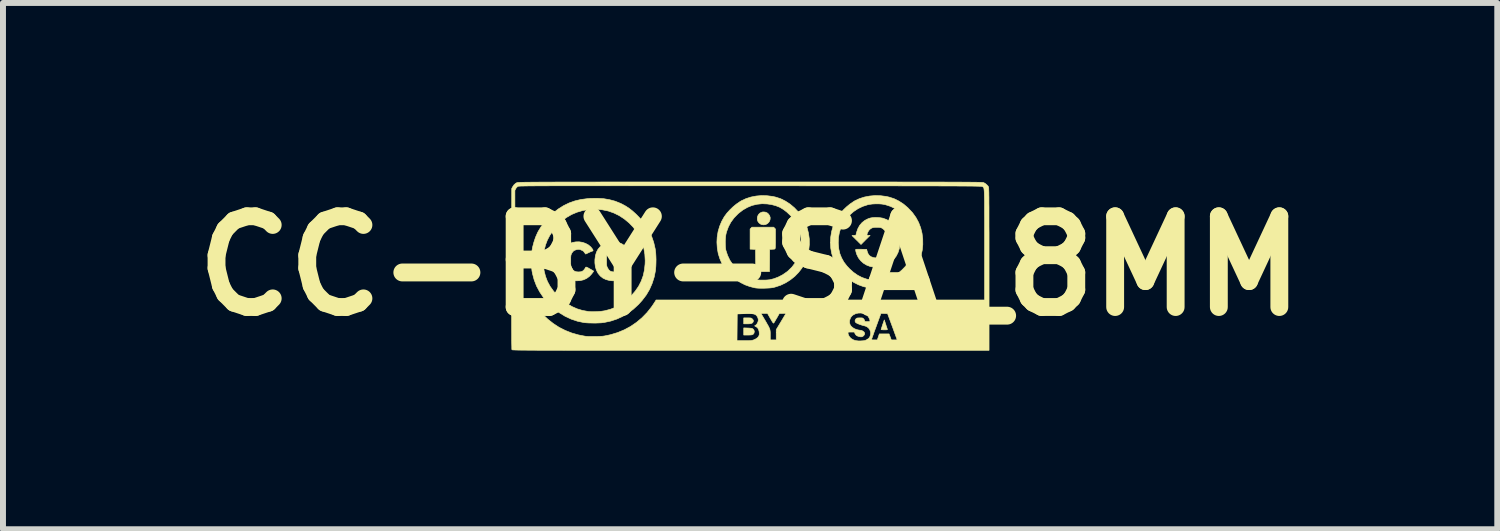
<source format=kicad_pcb>
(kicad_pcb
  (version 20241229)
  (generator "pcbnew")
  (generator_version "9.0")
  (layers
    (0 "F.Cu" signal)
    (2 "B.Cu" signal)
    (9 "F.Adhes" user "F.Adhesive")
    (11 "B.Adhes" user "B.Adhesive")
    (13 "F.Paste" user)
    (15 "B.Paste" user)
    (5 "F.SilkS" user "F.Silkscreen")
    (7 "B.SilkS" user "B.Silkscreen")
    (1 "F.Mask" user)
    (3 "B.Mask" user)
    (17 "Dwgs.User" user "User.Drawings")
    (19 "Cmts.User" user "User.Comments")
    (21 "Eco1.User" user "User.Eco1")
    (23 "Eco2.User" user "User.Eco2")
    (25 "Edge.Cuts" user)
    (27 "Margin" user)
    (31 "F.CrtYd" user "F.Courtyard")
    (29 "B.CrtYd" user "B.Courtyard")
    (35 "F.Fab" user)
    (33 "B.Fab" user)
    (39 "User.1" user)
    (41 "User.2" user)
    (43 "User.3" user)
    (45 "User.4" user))
  (footprint "CC-BY-SA_8MM"
    (layer "F.Cu")
    (at 9.55 1.418)
    (property "Reference" "CC-BY-SA_8MM" (at 0 0 0) (layer "F.SilkS") (effects (font (size 1.524 1.524) (thickness 0.3))))
    (attr exclude_from_pos_files exclude_from_bom)
    (fp_poly (pts (xy -0.038 1.042) (xy -0.006 1.044) (xy 0.016 1.046) (xy 0.032 1.049) (xy 0.043 1.054) (xy 0.048 1.057) (xy 0.065 1.077) (xy 0.071 1.101) (xy 0.066 1.127) (xy 0.058 1.14) (xy 0.048 1.149) (xy 0.032 1.156) (xy 0.008 1.159) (xy -0.025 1.16) (xy -0.041 1.16) (xy -0.107 1.16) (xy -0.107 1.04) (xy -0.038 1.042)) (stroke (width 0.01) (type solid)) (fill yes) (layer "F.SilkS"))
    (fp_poly (pts (xy -0.015 0.872) (xy 0.005 0.873) (xy 0.017 0.875) (xy 0.027 0.88) (xy 0.035 0.887) (xy 0.038 0.89) (xy 0.052 0.907) (xy 0.056 0.922) (xy 0.051 0.94) (xy 0.049 0.943) (xy 0.04 0.956) (xy 0.024 0.964) (xy -0.000324 0.97) (xy -0.035 0.972) (xy -0.051 0.972) (xy -0.107 0.972) (xy -0.107 0.872) (xy -0.043 0.872) (xy -0.015 0.872)) (stroke (width 0.01) (type solid)) (fill yes) (layer "F.SilkS"))
    (fp_poly (pts (xy 2.278 0.978) (xy 2.287 1.007) (xy 2.296 1.033) (xy 2.302 1.052) (xy 2.305 1.061) (xy 2.306 1.067) (xy 2.302 1.07) (xy 2.291 1.072) (xy 2.271 1.072) (xy 2.255 1.072) (xy 2.231 1.072) (xy 2.212 1.071) (xy 2.202 1.069) (xy 2.201 1.068) (xy 2.203 1.06) (xy 2.208 1.043) (xy 2.216 1.019) (xy 2.225 0.991) (xy 2.227 0.985) (xy 2.254 0.906) (xy 2.278 0.978)) (stroke (width 0.01) (type solid)) (fill yes) (layer "F.SilkS"))
    (fp_poly (pts (xy 0.252 -0.906) (xy 0.284 -0.894) (xy 0.31 -0.872) (xy 0.329 -0.843) (xy 0.338 -0.812) (xy 0.336 -0.782) (xy 0.327 -0.754) (xy 0.31 -0.729) (xy 0.287 -0.709) (xy 0.26 -0.696) (xy 0.23 -0.691) (xy 0.197 -0.695) (xy 0.175 -0.704) (xy 0.148 -0.725) (xy 0.13 -0.751) (xy 0.121 -0.78) (xy 0.121 -0.811) (xy 0.129 -0.841) (xy 0.144 -0.868) (xy 0.167 -0.89) (xy 0.197 -0.904) (xy 0.216 -0.908) (xy 0.252 -0.906)) (stroke (width 0.01) (type solid)) (fill yes) (layer "F.SilkS"))
    (fp_poly (pts (xy 0.426 -0.621) (xy 0.426 -0.471) (xy 0.426 -0.428) (xy 0.426 -0.388) (xy 0.425 -0.353) (xy 0.424 -0.326) (xy 0.423 -0.308) (xy 0.423 -0.302) (xy 0.42 -0.292) (xy 0.416 -0.286) (xy 0.406 -0.283) (xy 0.389 -0.282) (xy 0.374 -0.281) (xy 0.329 -0.279) (xy 0.328 -0.093) (xy 0.326 0.094) (xy 0.094 0.094) (xy 0.093 -0.093) (xy 0.091 -0.279) (xy 0.045 -0.281) (xy 0 -0.283) (xy 0 -0.621) (xy 0.031 -0.652) (xy 0.396 -0.652) (xy 0.426 -0.621)) (stroke (width 0.01) (type solid)) (fill yes) (layer "F.SilkS"))
    (fp_poly (pts (xy -2.266 -0.405) (xy -2.205 -0.393) (xy -2.16 -0.375) (xy -2.137 -0.362) (xy -2.111 -0.342) (xy -2.085 -0.319) (xy -2.063 -0.296) (xy -2.049 -0.277) (xy -2.038 -0.258) (xy -2.099 -0.229) (xy -2.16 -0.2) (xy -2.174 -0.218) (xy -2.184 -0.23) (xy -2.188 -0.239) (xy -2.189 -0.24) (xy -2.194 -0.246) (xy -2.208 -0.255) (xy -2.226 -0.264) (xy -2.245 -0.273) (xy -2.261 -0.278) (xy -2.263 -0.278) (xy -2.291 -0.279) (xy -2.323 -0.272) (xy -2.352 -0.26) (xy -2.362 -0.254) (xy -2.376 -0.239) (xy -2.391 -0.219) (xy -2.396 -0.209) (xy -2.402 -0.196) (xy -2.407 -0.183) (xy -2.409 -0.167) (xy -2.411 -0.147) (xy -2.411 -0.119) (xy -2.411 -0.091) (xy -2.411 -0.055) (xy -2.411 -0.03) (xy -2.409 -0.011) (xy -2.406 0.003) (xy -2.402 0.016) (xy -2.395 0.03) (xy -2.392 0.035) (xy -2.374 0.065) (xy -2.351 0.085) (xy -2.323 0.096) (xy -2.287 0.1) (xy -2.281 0.1) (xy -2.247 0.098) (xy -2.221 0.091) (xy -2.199 0.077) (xy -2.179 0.054) (xy -2.158 0.021) (xy -2.158 0.02) (xy -2.153 0.018) (xy -2.141 0.021) (xy -2.122 0.03) (xy -2.095 0.046) (xy -2.091 0.048) (xy -2.066 0.062) (xy -2.046 0.074) (xy -2.032 0.082) (xy -2.027 0.085) (xy -2.028 0.091) (xy -2.037 0.104) (xy -2.05 0.121) (xy -2.065 0.14) (xy -2.081 0.158) (xy -2.097 0.174) (xy -2.097 0.174) (xy -2.143 0.208) (xy -2.195 0.232) (xy -2.253 0.246) (xy -2.314 0.249) (xy -2.361 0.244) (xy -2.421 0.228) (xy -2.473 0.203) (xy -2.517 0.168) (xy -2.553 0.125) (xy -2.58 0.074) (xy -2.599 0.015) (xy -2.607 -0.05) (xy -2.607 -0.107) (xy -2.598 -0.174) (xy -2.581 -0.232) (xy -2.554 -0.282) (xy -2.518 -0.324) (xy -2.471 -0.359) (xy -2.443 -0.375) (xy -2.387 -0.396) (xy -2.327 -0.406) (xy -2.266 -0.405)) (stroke (width 0.01) (type solid)) (fill yes) (layer "F.SilkS"))
    (fp_poly (pts (xy -2.815 -0.397) (xy -2.763 -0.379) (xy -2.715 -0.353) (xy -2.675 -0.319) (xy -2.653 -0.291) (xy -2.64 -0.27) (xy -2.638 -0.257) (xy -2.645 -0.251) (xy -2.648 -0.251) (xy -2.656 -0.248) (xy -2.673 -0.242) (xy -2.695 -0.232) (xy -2.708 -0.226) (xy -2.762 -0.2) (xy -2.776 -0.218) (xy -2.786 -0.23) (xy -2.791 -0.239) (xy -2.791 -0.24) (xy -2.796 -0.246) (xy -2.81 -0.255) (xy -2.828 -0.264) (xy -2.847 -0.273) (xy -2.863 -0.278) (xy -2.865 -0.278) (xy -2.894 -0.279) (xy -2.925 -0.272) (xy -2.954 -0.26) (xy -2.964 -0.254) (xy -2.978 -0.239) (xy -2.993 -0.219) (xy -2.998 -0.209) (xy -3.004 -0.196) (xy -3.009 -0.183) (xy -3.011 -0.167) (xy -3.013 -0.147) (xy -3.013 -0.119) (xy -3.013 -0.091) (xy -3.013 -0.055) (xy -3.013 -0.03) (xy -3.011 -0.011) (xy -3.008 0.003) (xy -3.004 0.016) (xy -2.997 0.03) (xy -2.995 0.035) (xy -2.976 0.065) (xy -2.953 0.085) (xy -2.926 0.096) (xy -2.889 0.1) (xy -2.883 0.1) (xy -2.849 0.098) (xy -2.823 0.091) (xy -2.801 0.077) (xy -2.781 0.054) (xy -2.761 0.021) (xy -2.76 0.02) (xy -2.755 0.018) (xy -2.743 0.021) (xy -2.724 0.03) (xy -2.697 0.046) (xy -2.693 0.048) (xy -2.668 0.062) (xy -2.648 0.074) (xy -2.634 0.082) (xy -2.629 0.085) (xy -2.63 0.091) (xy -2.639 0.104) (xy -2.652 0.121) (xy -2.667 0.14) (xy -2.684 0.158) (xy -2.699 0.174) (xy -2.699 0.174) (xy -2.745 0.208) (xy -2.797 0.232) (xy -2.855 0.246) (xy -2.916 0.249) (xy -2.963 0.244) (xy -3.023 0.228) (xy -3.076 0.203) (xy -3.12 0.167) (xy -3.156 0.123) (xy -3.184 0.07) (xy -3.201 0.011) (xy -3.209 -0.052) (xy -3.209 -0.115) (xy -3.2 -0.175) (xy -3.183 -0.229) (xy -3.177 -0.242) (xy -3.156 -0.274) (xy -3.127 -0.307) (xy -3.093 -0.338) (xy -3.056 -0.364) (xy -3.038 -0.374) (xy -2.984 -0.395) (xy -2.927 -0.405) (xy -2.871 -0.406) (xy -2.815 -0.397)) (stroke (width 0.01) (type solid)) (fill yes) (layer "F.SilkS"))
    (fp_poly (pts (xy 2.144 -0.814) (xy 2.189 -0.81) (xy 2.229 -0.803) (xy 2.229 -0.803) (xy 2.293 -0.78) (xy 2.35 -0.747) (xy 2.401 -0.705) (xy 2.443 -0.653) (xy 2.477 -0.594) (xy 2.494 -0.55) (xy 2.505 -0.503) (xy 2.512 -0.45) (xy 2.515 -0.393) (xy 2.513 -0.339) (xy 2.506 -0.292) (xy 2.485 -0.226) (xy 2.454 -0.165) (xy 2.413 -0.111) (xy 2.364 -0.064) (xy 2.308 -0.027) (xy 2.246 0.001) (xy 2.217 0.009) (xy 2.186 0.015) (xy 2.147 0.018) (xy 2.105 0.018) (xy 2.065 0.016) (xy 2.031 0.011) (xy 2.02 0.009) (xy 1.959 -0.014) (xy 1.905 -0.046) (xy 1.858 -0.088) (xy 1.82 -0.137) (xy 1.792 -0.194) (xy 1.778 -0.239) (xy 1.774 -0.261) (xy 1.773 -0.273) (xy 1.776 -0.279) (xy 1.777 -0.28) (xy 1.786 -0.281) (xy 1.805 -0.281) (xy 1.831 -0.281) (xy 1.862 -0.281) (xy 1.872 -0.281) (xy 1.958 -0.279) (xy 1.967 -0.245) (xy 1.982 -0.206) (xy 2.003 -0.176) (xy 2.033 -0.155) (xy 2.073 -0.141) (xy 2.089 -0.138) (xy 2.139 -0.135) (xy 2.184 -0.143) (xy 2.223 -0.162) (xy 2.256 -0.192) (xy 2.283 -0.233) (xy 2.3 -0.272) (xy 2.305 -0.293) (xy 2.308 -0.323) (xy 2.31 -0.359) (xy 2.312 -0.398) (xy 2.311 -0.437) (xy 2.31 -0.473) (xy 2.307 -0.501) (xy 2.303 -0.517) (xy 2.287 -0.556) (xy 2.265 -0.592) (xy 2.238 -0.62) (xy 2.224 -0.63) (xy 2.209 -0.639) (xy 2.196 -0.644) (xy 2.181 -0.647) (xy 2.161 -0.649) (xy 2.132 -0.649) (xy 2.13 -0.649) (xy 2.098 -0.649) (xy 2.076 -0.647) (xy 2.06 -0.643) (xy 2.045 -0.638) (xy 2.041 -0.636) (xy 2.012 -0.616) (xy 1.99 -0.591) (xy 1.976 -0.564) (xy 1.966 -0.541) (xy 1.963 -0.526) (xy 1.968 -0.518) (xy 1.98 -0.515) (xy 1.99 -0.514) (xy 2.016 -0.514) (xy 1.939 -0.438) (xy 1.863 -0.361) (xy 1.712 -0.511) (xy 1.777 -0.517) (xy 1.788 -0.563) (xy 1.81 -0.626) (xy 1.84 -0.681) (xy 1.88 -0.728) (xy 1.928 -0.766) (xy 1.983 -0.794) (xy 2.02 -0.806) (xy 2.055 -0.812) (xy 2.098 -0.815) (xy 2.144 -0.814)) (stroke (width 0.01) (type solid)) (fill yes) (layer "F.SilkS"))
    (fp_poly (pts (xy 0.288 -1.18) (xy 0.381 -1.168) (xy 0.43 -1.157) (xy 0.513 -1.13) (xy 0.593 -1.09) (xy 0.67 -1.04) (xy 0.744 -0.978) (xy 0.812 -0.906) (xy 0.824 -0.891) (xy 0.879 -0.814) (xy 0.924 -0.731) (xy 0.958 -0.642) (xy 0.981 -0.55) (xy 0.994 -0.455) (xy 0.995 -0.359) (xy 0.985 -0.262) (xy 0.963 -0.165) (xy 0.95 -0.126) (xy 0.916 -0.043) (xy 0.87 0.036) (xy 0.814 0.108) (xy 0.75 0.174) (xy 0.677 0.232) (xy 0.598 0.282) (xy 0.513 0.323) (xy 0.422 0.353) (xy 0.391 0.361) (xy 0.361 0.366) (xy 0.323 0.37) (xy 0.278 0.372) (xy 0.23 0.374) (xy 0.183 0.374) (xy 0.139 0.373) (xy 0.103 0.37) (xy 0.081 0.367) (xy -0.003 0.346) (xy -0.086 0.316) (xy -0.163 0.277) (xy -0.233 0.232) (xy -0.235 0.231) (xy -0.268 0.204) (xy -0.304 0.172) (xy -0.341 0.136) (xy -0.375 0.099) (xy -0.405 0.066) (xy -0.422 0.043) (xy -0.47 -0.035) (xy -0.507 -0.119) (xy -0.535 -0.207) (xy -0.551 -0.298) (xy -0.557 -0.391) (xy -0.557 -0.408) (xy -0.417 -0.408) (xy -0.416 -0.359) (xy -0.414 -0.314) (xy -0.409 -0.275) (xy -0.406 -0.262) (xy -0.378 -0.177) (xy -0.34 -0.097) (xy -0.289 -0.022) (xy -0.23 0.046) (xy -0.161 0.107) (xy -0.089 0.157) (xy -0.013 0.195) (xy 0.065 0.222) (xy 0.112 0.232) (xy 0.138 0.235) (xy 0.174 0.237) (xy 0.213 0.237) (xy 0.254 0.237) (xy 0.291 0.235) (xy 0.321 0.232) (xy 0.326 0.232) (xy 0.399 0.214) (xy 0.473 0.186) (xy 0.545 0.149) (xy 0.612 0.103) (xy 0.636 0.084) (xy 0.7 0.022) (xy 0.753 -0.047) (xy 0.796 -0.122) (xy 0.828 -0.202) (xy 0.848 -0.287) (xy 0.857 -0.375) (xy 0.854 -0.465) (xy 0.854 -0.469) (xy 0.842 -0.549) (xy 0.824 -0.619) (xy 0.798 -0.684) (xy 0.763 -0.744) (xy 0.718 -0.804) (xy 0.678 -0.848) (xy 0.618 -0.905) (xy 0.558 -0.951) (xy 0.497 -0.987) (xy 0.431 -1.013) (xy 0.359 -1.032) (xy 0.29 -1.042) (xy 0.202 -1.046) (xy 0.116 -1.037) (xy 0.033 -1.017) (xy -0.047 -0.984) (xy -0.123 -0.94) (xy -0.194 -0.885) (xy -0.205 -0.875) (xy -0.27 -0.808) (xy -0.323 -0.736) (xy -0.364 -0.659) (xy -0.395 -0.575) (xy -0.405 -0.536) (xy -0.411 -0.5) (xy -0.415 -0.456) (xy -0.417 -0.408) (xy -0.557 -0.408) (xy -0.553 -0.484) (xy -0.538 -0.577) (xy -0.512 -0.666) (xy -0.476 -0.752) (xy -0.43 -0.834) (xy -0.428 -0.835) (xy -0.389 -0.888) (xy -0.341 -0.941) (xy -0.287 -0.993) (xy -0.23 -1.04) (xy -0.173 -1.079) (xy -0.147 -1.095) (xy -0.07 -1.131) (xy 0.014 -1.158) (xy 0.102 -1.175) (xy 0.194 -1.183) (xy 0.288 -1.18)) (stroke (width 0.01) (type solid)) (fill yes) (layer "F.SilkS"))
    (fp_poly (pts (xy 2.195 -1.18) (xy 2.288 -1.168) (xy 2.336 -1.157) (xy 2.419 -1.13) (xy 2.5 -1.09) (xy 2.577 -1.04) (xy 2.65 -0.978) (xy 2.718 -0.906) (xy 2.731 -0.891) (xy 2.786 -0.814) (xy 2.831 -0.731) (xy 2.865 -0.642) (xy 2.888 -0.55) (xy 2.9 -0.455) (xy 2.901 -0.359) (xy 2.891 -0.262) (xy 2.869 -0.165) (xy 2.857 -0.126) (xy 2.822 -0.043) (xy 2.776 0.036) (xy 2.721 0.108) (xy 2.656 0.174) (xy 2.584 0.232) (xy 2.504 0.282) (xy 2.419 0.323) (xy 2.329 0.353) (xy 2.297 0.361) (xy 2.268 0.366) (xy 2.229 0.37) (xy 2.184 0.372) (xy 2.137 0.374) (xy 2.09 0.374) (xy 2.046 0.373) (xy 2.009 0.37) (xy 1.988 0.367) (xy 1.903 0.346) (xy 1.821 0.316) (xy 1.743 0.277) (xy 1.673 0.232) (xy 1.671 0.231) (xy 1.639 0.204) (xy 1.602 0.172) (xy 1.566 0.136) (xy 1.531 0.099) (xy 1.502 0.066) (xy 1.485 0.043) (xy 1.437 -0.035) (xy 1.399 -0.119) (xy 1.372 -0.207) (xy 1.355 -0.298) (xy 1.349 -0.39) (xy 1.481 -0.39) (xy 1.482 -0.369) (xy 1.49 -0.285) (xy 1.508 -0.207) (xy 1.537 -0.135) (xy 1.576 -0.065) (xy 1.627 0.001) (xy 1.671 0.048) (xy 1.737 0.107) (xy 1.806 0.155) (xy 1.877 0.192) (xy 1.954 0.219) (xy 1.994 0.229) (xy 2.027 0.234) (xy 2.068 0.236) (xy 2.114 0.237) (xy 2.162 0.235) (xy 2.209 0.232) (xy 2.249 0.226) (xy 2.278 0.22) (xy 2.361 0.192) (xy 2.439 0.152) (xy 2.512 0.1) (xy 2.555 0.063) (xy 2.605 0.011) (xy 2.646 -0.041) (xy 2.68 -0.095) (xy 2.694 -0.122) (xy 2.717 -0.176) (xy 2.734 -0.228) (xy 2.744 -0.283) (xy 2.75 -0.344) (xy 2.752 -0.371) (xy 2.751 -0.461) (xy 2.741 -0.544) (xy 2.721 -0.62) (xy 2.692 -0.691) (xy 2.651 -0.759) (xy 2.6 -0.825) (xy 2.575 -0.852) (xy 2.509 -0.913) (xy 2.437 -0.963) (xy 2.36 -1.001) (xy 2.277 -1.028) (xy 2.261 -1.032) (xy 2.216 -1.04) (xy 2.163 -1.044) (xy 2.106 -1.044) (xy 2.051 -1.041) (xy 2.001 -1.034) (xy 1.98 -1.03) (xy 1.894 -1.002) (xy 1.814 -0.964) (xy 1.74 -0.915) (xy 1.673 -0.856) (xy 1.612 -0.788) (xy 1.563 -0.717) (xy 1.526 -0.643) (xy 1.5 -0.564) (xy 1.485 -0.48) (xy 1.481 -0.39) (xy 1.349 -0.39) (xy 1.349 -0.391) (xy 1.354 -0.484) (xy 1.369 -0.577) (xy 1.394 -0.666) (xy 1.43 -0.752) (xy 1.477 -0.834) (xy 1.478 -0.835) (xy 1.518 -0.888) (xy 1.566 -0.941) (xy 1.62 -0.993) (xy 1.677 -1.04) (xy 1.734 -1.079) (xy 1.759 -1.095) (xy 1.836 -1.131) (xy 1.92 -1.158) (xy 2.009 -1.175) (xy 2.101 -1.183) (xy 2.195 -1.18)) (stroke (width 0.01) (type solid)) (fill yes) (layer "F.SilkS"))
    (fp_poly (pts (xy -2.463 -1.131) (xy -2.363 -1.114) (xy -2.269 -1.089) (xy -2.179 -1.053) (xy -2.148 -1.038) (xy -2.088 -1.005) (xy -2.033 -0.969) (xy -1.979 -0.927) (xy -1.923 -0.877) (xy -1.904 -0.859) (xy -1.824 -0.775) (xy -1.756 -0.687) (xy -1.7 -0.595) (xy -1.654 -0.498) (xy -1.619 -0.396) (xy -1.594 -0.287) (xy -1.59 -0.259) (xy -1.585 -0.216) (xy -1.582 -0.165) (xy -1.58 -0.109) (xy -1.581 -0.052) (xy -1.583 0.003) (xy -1.587 0.052) (xy -1.589 0.075) (xy -1.611 0.186) (xy -1.645 0.292) (xy -1.689 0.393) (xy -1.745 0.488) (xy -1.813 0.577) (xy -1.875 0.646) (xy -1.961 0.725) (xy -2.049 0.792) (xy -2.142 0.847) (xy -2.238 0.891) (xy -2.34 0.925) (xy -2.448 0.948) (xy -2.463 0.95) (xy -2.502 0.955) (xy -2.549 0.957) (xy -2.602 0.959) (xy -2.657 0.958) (xy -2.709 0.957) (xy -2.757 0.954) (xy -2.794 0.95) (xy -2.902 0.927) (xy -3.006 0.892) (xy -3.107 0.845) (xy -3.202 0.787) (xy -3.294 0.717) (xy -3.38 0.636) (xy -3.396 0.62) (xy -3.471 0.53) (xy -3.534 0.436) (xy -3.587 0.337) (xy -3.627 0.233) (xy -3.656 0.125) (xy -3.664 0.082) (xy -3.669 0.031) (xy -3.673 -0.026) (xy -3.675 -0.084) (xy -3.675 -0.122) (xy -3.473 -0.122) (xy -3.471 -0.017) (xy -3.46 0.081) (xy -3.437 0.173) (xy -3.404 0.26) (xy -3.359 0.343) (xy -3.303 0.421) (xy -3.235 0.498) (xy -3.233 0.499) (xy -3.154 0.572) (xy -3.074 0.633) (xy -2.991 0.682) (xy -2.905 0.72) (xy -2.815 0.747) (xy -2.72 0.764) (xy -2.713 0.765) (xy -2.669 0.768) (xy -2.617 0.768) (xy -2.562 0.766) (xy -2.508 0.762) (xy -2.46 0.755) (xy -2.446 0.753) (xy -2.352 0.729) (xy -2.265 0.696) (xy -2.182 0.652) (xy -2.103 0.597) (xy -2.026 0.53) (xy -1.997 0.5) (xy -1.929 0.422) (xy -1.873 0.341) (xy -1.829 0.255) (xy -1.796 0.165) (xy -1.775 0.069) (xy -1.764 -0.032) (xy -1.762 -0.088) (xy -1.768 -0.196) (xy -1.785 -0.298) (xy -1.814 -0.396) (xy -1.853 -0.488) (xy -1.904 -0.574) (xy -1.966 -0.655) (xy -2.033 -0.724) (xy -2.114 -0.791) (xy -2.2 -0.847) (xy -2.29 -0.891) (xy -2.384 -0.924) (xy -2.482 -0.944) (xy -2.585 -0.953) (xy -2.608 -0.953) (xy -2.713 -0.948) (xy -2.813 -0.931) (xy -2.908 -0.903) (xy -2.998 -0.865) (xy -3.081 -0.817) (xy -3.11 -0.796) (xy -3.143 -0.77) (xy -3.18 -0.736) (xy -3.219 -0.698) (xy -3.256 -0.659) (xy -3.289 -0.622) (xy -3.312 -0.592) (xy -3.365 -0.513) (xy -3.406 -0.434) (xy -3.437 -0.352) (xy -3.458 -0.266) (xy -3.47 -0.173) (xy -3.473 -0.122) (xy -3.675 -0.122) (xy -3.674 -0.141) (xy -3.672 -0.193) (xy -3.669 -0.224) (xy -3.655 -0.311) (xy -3.632 -0.399) (xy -3.604 -0.483) (xy -3.57 -0.56) (xy -3.558 -0.583) (xy -3.511 -0.66) (xy -3.455 -0.736) (xy -3.394 -0.808) (xy -3.33 -0.871) (xy -3.304 -0.894) (xy -3.218 -0.96) (xy -3.13 -1.015) (xy -3.039 -1.059) (xy -2.943 -1.093) (xy -2.842 -1.117) (xy -2.733 -1.131) (xy -2.684 -1.135) (xy -2.57 -1.137) (xy -2.463 -1.131)) (stroke (width 0.01) (type solid)) (fill yes) (layer "F.SilkS"))
    (fp_poly (pts (xy 0.763 -1.411) (xy 0.994 -1.411) (xy 1.213 -1.411) (xy 1.421 -1.411) (xy 1.618 -1.411) (xy 1.804 -1.411) (xy 1.98 -1.411) (xy 2.147 -1.411) (xy 2.303 -1.411) (xy 2.451 -1.411) (xy 2.589 -1.41) (xy 2.718 -1.41) (xy 2.839 -1.41) (xy 2.951 -1.41) (xy 3.056 -1.41) (xy 3.153 -1.41) (xy 3.242 -1.41) (xy 3.325 -1.409) (xy 3.4 -1.409) (xy 3.469 -1.409) (xy 3.532 -1.409) (xy 3.589 -1.408) (xy 3.64 -1.408) (xy 3.686 -1.408) (xy 3.727 -1.407) (xy 3.762 -1.407) (xy 3.794 -1.407) (xy 3.821 -1.406) (xy 3.844 -1.406) (xy 3.864 -1.405) (xy 3.88 -1.405) (xy 3.893 -1.404) (xy 3.903 -1.404) (xy 3.911 -1.403) (xy 3.916 -1.402) (xy 3.92 -1.402) (xy 3.921 -1.401) (xy 3.947 -1.388) (xy 3.973 -1.367) (xy 3.996 -1.343) (xy 4.005 -1.328) (xy 4.006 -1.325) (xy 4.007 -1.319) (xy 4.008 -1.309) (xy 4.009 -1.296) (xy 4.009 -1.278) (xy 4.01 -1.255) (xy 4.011 -1.228) (xy 4.011 -1.194) (xy 4.012 -1.154) (xy 4.012 -1.108) (xy 4.012 -1.054) (xy 4.013 -0.993) (xy 4.013 -0.924) (xy 4.013 -0.846) (xy 4.013 -0.759) (xy 4.013 -0.663) (xy 4.014 -0.557) (xy 4.014 -0.44) (xy 4.014 -0.312) (xy 4.014 -0.173) (xy 4.014 -0.023) (xy 4.014 0.053) (xy 4.014 1.417) (xy -0.259 1.417) (xy -0.515 1.417) (xy -0.759 1.417) (xy -0.991 1.417) (xy -1.212 1.417) (xy -1.422 1.417) (xy -1.621 1.417) (xy -1.809 1.417) (xy -1.988 1.417) (xy -2.156 1.417) (xy -2.315 1.417) (xy -2.464 1.417) (xy -2.604 1.417) (xy -2.735 1.417) (xy -2.858 1.417) (xy -2.973 1.417) (xy -3.079 1.417) (xy -3.178 1.416) (xy -3.27 1.416) (xy -3.354 1.416) (xy -3.432 1.416) (xy -3.503 1.416) (xy -3.568 1.416) (xy -3.627 1.415) (xy -3.68 1.415) (xy -3.728 1.415) (xy -3.771 1.414) (xy -3.809 1.414) (xy -3.843 1.414) (xy -3.872 1.413) (xy -3.898 1.413) (xy -3.92 1.412) (xy -3.938 1.412) (xy -3.953 1.411) (xy -3.966 1.411) (xy -3.976 1.41) (xy -3.984 1.41) (xy -3.99 1.409) (xy -3.994 1.408) (xy -3.997 1.408) (xy -3.999 1.407) (xy -4 1.406) (xy -4.001 1.405) (xy -4.001 1.405) (xy -4.002 1.398) (xy -4.003 1.381) (xy -4.003 1.354) (xy -4.004 1.315) (xy -4.005 1.266) (xy -4.005 1.254) (xy -0.22 1.254) (xy -0.098 1.254) (xy -0.054 1.254) (xy -0.021 1.254) (xy 0.004 1.253) (xy 0.023 1.251) (xy 0.038 1.248) (xy 0.052 1.244) (xy 0.059 1.242) (xy 0.099 1.223) (xy 0.128 1.202) (xy 0.146 1.178) (xy 0.155 1.148) (xy 0.153 1.112) (xy 0.152 1.102) (xy 0.143 1.069) (xy 0.13 1.045) (xy 0.11 1.026) (xy 0.098 1.019) (xy 0.076 1.006) (xy 0.094 0.995) (xy 0.111 0.979) (xy 0.125 0.956) (xy 0.135 0.929) (xy 0.138 0.907) (xy 0.135 0.886) (xy 0.128 0.864) (xy 0.126 0.86) (xy 0.114 0.84) (xy 0.1 0.825) (xy 0.082 0.813) (xy 0.059 0.806) (xy 0.029 0.801) (xy -0.01 0.799) (xy -0.058 0.799) (xy -0.1 0.801) (xy -0.216 0.806) (xy -0.22 1.254) (xy -4.005 1.254) (xy -4.005 1.206) (xy -4.005 1.135) (xy -4.006 1.052) (xy -4.006 0.958) (xy -4.006 0.853) (xy -4.006 0.735) (xy -4.006 0.606) (xy -4.006 0.465) (xy -4.006 0.312) (xy -4.006 0.146) (xy -4.006 0.046) (xy -4.004 -1.27) (xy -3.951 -1.27) (xy -3.95 -0.351) (xy -3.948 0.568) (xy -3.803 0.569) (xy -3.657 0.571) (xy -3.625 0.624) (xy -3.559 0.721) (xy -3.484 0.811) (xy -3.399 0.893) (xy -3.307 0.966) (xy -3.209 1.03) (xy -3.104 1.083) (xy -2.995 1.126) (xy -2.882 1.158) (xy -2.857 1.163) (xy -2.826 1.169) (xy -2.796 1.175) (xy -2.773 1.179) (xy -2.76 1.181) (xy -2.736 1.183) (xy -2.704 1.184) (xy -2.665 1.184) (xy -2.622 1.184) (xy -2.579 1.184) (xy -2.538 1.183) (xy -2.503 1.181) (xy -2.476 1.18) (xy -2.471 1.179) (xy -2.443 1.175) (xy -2.407 1.168) (xy -2.37 1.16) (xy -2.34 1.153) (xy -2.224 1.118) (xy -2.113 1.072) (xy -2.007 1.015) (xy -1.908 0.947) (xy -1.816 0.87) (xy -1.744 0.796) (xy 0.182 0.796) (xy 0.211 0.845) (xy 0.243 0.899) (xy 0.269 0.943) (xy 0.289 0.979) (xy 0.306 1.008) (xy 0.318 1.032) (xy 0.327 1.053) (xy 0.333 1.07) (xy 0.336 1.087) (xy 0.338 1.104) (xy 0.339 1.123) (xy 0.339 1.144) (xy 0.339 1.157) (xy 0.339 1.242) (xy 0.439 1.242) (xy 0.439 1.156) (xy 0.439 1.124) (xy 1.644 1.124) (xy 1.65 1.153) (xy 1.665 1.183) (xy 1.688 1.21) (xy 1.707 1.225) (xy 1.74 1.243) (xy 1.776 1.254) (xy 1.818 1.259) (xy 1.856 1.259) (xy 1.888 1.257) (xy 1.911 1.255) (xy 1.929 1.251) (xy 1.945 1.245) (xy 1.954 1.241) (xy 1.959 1.238) (xy 2.038 1.238) (xy 2.044 1.24) (xy 2.059 1.241) (xy 2.081 1.242) (xy 2.087 1.242) (xy 2.136 1.242) (xy 2.154 1.192) (xy 2.171 1.141) (xy 2.334 1.141) (xy 2.342 1.162) (xy 2.349 1.18) (xy 2.358 1.203) (xy 2.361 1.212) (xy 2.372 1.242) (xy 2.421 1.242) (xy 2.444 1.242) (xy 2.462 1.241) (xy 2.47 1.24) (xy 2.471 1.24) (xy 2.469 1.234) (xy 2.463 1.218) (xy 2.453 1.192) (xy 2.441 1.158) (xy 2.426 1.118) (xy 2.41 1.073) (xy 2.392 1.024) (xy 2.39 1.019) (xy 2.309 0.8) (xy 2.198 0.796) (xy 2.118 1.015) (xy 2.1 1.064) (xy 2.083 1.11) (xy 2.069 1.151) (xy 2.056 1.186) (xy 2.047 1.212) (xy 2.041 1.23) (xy 2.038 1.237) (xy 2.038 1.238) (xy 1.959 1.238) (xy 1.98 1.225) (xy 1.998 1.209) (xy 2.011 1.189) (xy 2.016 1.177) (xy 2.025 1.142) (xy 2.023 1.106) (xy 2.011 1.072) (xy 1.991 1.043) (xy 1.963 1.021) (xy 1.935 1.009) (xy 1.881 0.995) (xy 1.837 0.98) (xy 1.802 0.966) (xy 1.779 0.953) (xy 1.773 0.948) (xy 1.764 0.933) (xy 1.764 0.913) (xy 1.774 0.893) (xy 1.778 0.888) (xy 1.787 0.88) (xy 1.796 0.875) (xy 1.81 0.873) (xy 1.831 0.872) (xy 1.843 0.872) (xy 1.868 0.872) (xy 1.884 0.873) (xy 1.895 0.877) (xy 1.903 0.884) (xy 1.909 0.891) (xy 1.92 0.906) (xy 1.925 0.92) (xy 1.925 0.922) (xy 1.927 0.929) (xy 1.932 0.932) (xy 1.945 0.934) (xy 1.968 0.934) (xy 1.969 0.934) (xy 1.992 0.934) (xy 2.005 0.933) (xy 2.011 0.929) (xy 2.013 0.923) (xy 2.013 0.919) (xy 2.01 0.901) (xy 2 0.878) (xy 1.987 0.854) (xy 1.973 0.835) (xy 1.968 0.83) (xy 1.939 0.81) (xy 1.901 0.797) (xy 1.86 0.79) (xy 1.818 0.791) (xy 1.779 0.799) (xy 1.761 0.807) (xy 1.729 0.824) (xy 1.707 0.843) (xy 1.691 0.865) (xy 1.686 0.874) (xy 1.672 0.912) (xy 1.67 0.951) (xy 1.68 0.987) (xy 1.697 1.012) (xy 1.724 1.036) (xy 1.758 1.056) (xy 1.796 1.07) (xy 1.835 1.078) (xy 1.851 1.079) (xy 1.873 1.083) (xy 1.895 1.094) (xy 1.913 1.109) (xy 1.924 1.126) (xy 1.925 1.134) (xy 1.92 1.154) (xy 1.906 1.173) (xy 1.886 1.186) (xy 1.878 1.189) (xy 1.858 1.19) (xy 1.833 1.186) (xy 1.808 1.178) (xy 1.789 1.169) (xy 1.777 1.158) (xy 1.765 1.141) (xy 1.762 1.135) (xy 1.75 1.11) (xy 1.696 1.11) (xy 1.671 1.11) (xy 1.655 1.111) (xy 1.647 1.114) (xy 1.644 1.118) (xy 1.644 1.124) (xy 0.439 1.124) (xy 0.439 1.069) (xy 0.509 0.953) (xy 0.53 0.918) (xy 0.55 0.885) (xy 0.567 0.856) (xy 0.581 0.833) (xy 0.589 0.819) (xy 0.591 0.817) (xy 0.603 0.796) (xy 0.548 0.797) (xy 0.492 0.797) (xy 0.45 0.871) (xy 0.433 0.899) (xy 0.419 0.924) (xy 0.407 0.944) (xy 0.4 0.955) (xy 0.399 0.956) (xy 0.395 0.96) (xy 0.391 0.959) (xy 0.385 0.953) (xy 0.375 0.94) (xy 0.362 0.918) (xy 0.345 0.888) (xy 0.341 0.882) (xy 0.292 0.796) (xy 0.182 0.796) (xy -1.744 0.796) (xy -1.732 0.784) (xy -1.656 0.688) (xy -1.616 0.629) (xy -1.579 0.571) (xy 3.939 0.571) (xy 3.939 -0.358) (xy 3.939 -0.486) (xy 3.939 -0.601) (xy 3.939 -0.706) (xy 3.939 -0.8) (xy 3.938 -0.883) (xy 3.938 -0.957) (xy 3.938 -1.022) (xy 3.938 -1.079) (xy 3.937 -1.128) (xy 3.936 -1.17) (xy 3.935 -1.205) (xy 3.934 -1.234) (xy 3.933 -1.258) (xy 3.931 -1.277) (xy 3.929 -1.292) (xy 3.927 -1.304) (xy 3.925 -1.312) (xy 3.922 -1.318) (xy 3.918 -1.323) (xy 3.915 -1.326) (xy 3.911 -1.329) (xy 3.906 -1.331) (xy 3.903 -1.333) (xy 3.901 -1.334) (xy 3.9 -1.335) (xy 3.897 -1.336) (xy 3.893 -1.336) (xy 3.888 -1.337) (xy 3.881 -1.338) (xy 3.872 -1.338) (xy 3.861 -1.339) (xy 3.848 -1.339) (xy 3.831 -1.34) (xy 3.811 -1.34) (xy 3.788 -1.341) (xy 3.762 -1.341) (xy 3.731 -1.342) (xy 3.696 -1.342) (xy 3.656 -1.342) (xy 3.612 -1.343) (xy 3.562 -1.343) (xy 3.507 -1.343) (xy 3.446 -1.344) (xy 3.378 -1.344) (xy 3.305 -1.344) (xy 3.225 -1.344) (xy 3.138 -1.345) (xy 3.044 -1.345) (xy 2.942 -1.345) (xy 2.832 -1.345) (xy 2.715 -1.345) (xy 2.589 -1.345) (xy 2.454 -1.346) (xy 2.31 -1.346) (xy 2.157 -1.346) (xy 1.995 -1.346) (xy 1.822 -1.346) (xy 1.639 -1.346) (xy 1.446 -1.346) (xy 1.243 -1.346) (xy 1.028 -1.346) (xy 0.802 -1.347) (xy 0.564 -1.347) (xy 0.314 -1.347) (xy 0.052 -1.347) (xy 0.003 -1.347) (xy -0.261 -1.347) (xy -0.513 -1.347) (xy -0.753 -1.347) (xy -0.982 -1.347) (xy -1.199 -1.347) (xy -1.404 -1.347) (xy -1.6 -1.347) (xy -1.784 -1.347) (xy -1.959 -1.347) (xy -2.123 -1.348) (xy -2.278 -1.348) (xy -2.424 -1.347) (xy -2.56 -1.347) (xy -2.688 -1.347) (xy -2.807 -1.347) (xy -2.918 -1.347) (xy -3.022 -1.347) (xy -3.117 -1.347) (xy -3.206 -1.347) (xy -3.287 -1.347) (xy -3.362 -1.347) (xy -3.43 -1.346) (xy -3.492 -1.346) (xy -3.549 -1.346) (xy -3.6 -1.346) (xy -3.645 -1.345) (xy -3.686 -1.345) (xy -3.722 -1.345) (xy -3.754 -1.344) (xy -3.781 -1.344) (xy -3.805 -1.343) (xy -3.826 -1.343) (xy -3.843 -1.343) (xy -3.857 -1.342) (xy -3.869 -1.341) (xy -3.878 -1.341) (xy -3.885 -1.34) (xy -3.891 -1.34) (xy -3.895 -1.339) (xy -3.898 -1.338) (xy -3.9 -1.337) (xy -3.901 -1.337) (xy -3.922 -1.32) (xy -3.937 -1.298) (xy -3.951 -1.27) (xy -4.004 -1.27) (xy -4.004 -1.301) (xy -3.991 -1.326) (xy -3.966 -1.363) (xy -3.937 -1.389) (xy -3.918 -1.399) (xy -3.916 -1.4) (xy -3.914 -1.4) (xy -3.911 -1.401) (xy -3.907 -1.402) (xy -3.901 -1.402) (xy -3.895 -1.403) (xy -3.886 -1.404) (xy -3.875 -1.404) (xy -3.861 -1.405) (xy -3.845 -1.405) (xy -3.826 -1.406) (xy -3.804 -1.406) (xy -3.777 -1.407) (xy -3.747 -1.407) (xy -3.713 -1.407) (xy -3.674 -1.408) (xy -3.631 -1.408) (xy -3.582 -1.408) (xy -3.528 -1.409) (xy -3.468 -1.409) (xy -3.403 -1.409) (xy -3.331 -1.409) (xy -3.252 -1.41) (xy -3.167 -1.41) (xy -3.074 -1.41) (xy -2.975 -1.41) (xy -2.867 -1.41) (xy -2.751 -1.41) (xy -2.627 -1.41) (xy -2.495 -1.411) (xy -2.353 -1.411) (xy -2.203 -1.411) (xy -2.043 -1.411) (xy -1.873 -1.411) (xy -1.693 -1.411) (xy -1.503 -1.411) (xy -1.302 -1.411) (xy -1.09 -1.411) (xy -0.867 -1.411) (xy -0.632 -1.411) (xy -0.386 -1.411) (xy -0.127 -1.411) (xy 0.001 -1.411) (xy 0.267 -1.411) (xy 0.521 -1.411) (xy 0.763 -1.411)) (stroke (width 0.01) (type solid)) (fill yes) (layer "F.SilkS")))
  (gr_rect
    (start -3 -3)
    (end 22.101 5.84)
    (stroke (width 0.1) (type default))
    (fill no)
    (layer "Edge.Cuts")))
</source>
